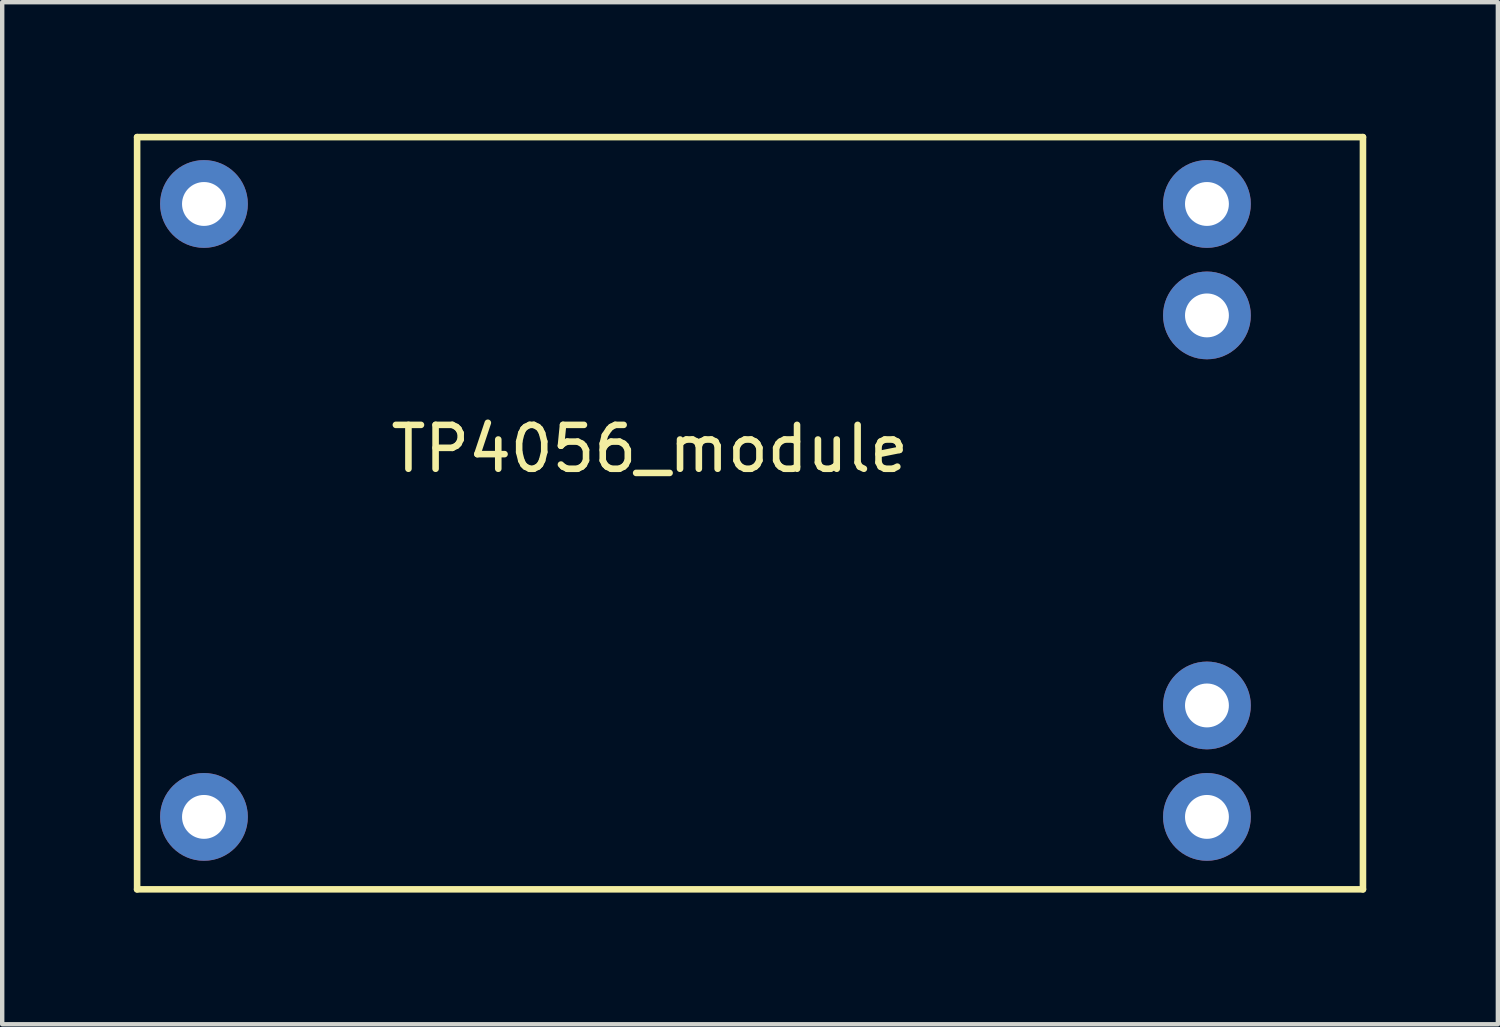
<source format=kicad_pcb>
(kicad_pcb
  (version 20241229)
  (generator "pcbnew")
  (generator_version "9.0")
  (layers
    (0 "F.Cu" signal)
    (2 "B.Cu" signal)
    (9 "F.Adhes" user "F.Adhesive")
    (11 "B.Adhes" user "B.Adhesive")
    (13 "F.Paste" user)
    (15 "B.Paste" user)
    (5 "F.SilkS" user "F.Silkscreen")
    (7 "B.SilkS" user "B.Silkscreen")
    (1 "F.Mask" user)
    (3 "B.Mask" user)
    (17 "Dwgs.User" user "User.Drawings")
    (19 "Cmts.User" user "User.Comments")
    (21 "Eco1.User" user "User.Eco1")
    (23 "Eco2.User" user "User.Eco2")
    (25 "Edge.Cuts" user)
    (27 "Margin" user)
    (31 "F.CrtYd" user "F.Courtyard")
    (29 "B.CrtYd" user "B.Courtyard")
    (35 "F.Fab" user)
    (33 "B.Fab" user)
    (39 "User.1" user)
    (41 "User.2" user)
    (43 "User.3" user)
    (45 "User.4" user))
  (footprint "TP4056_module"
    (layer "F.Cu")
    (at 11.759 6.679)
    (property "Reference" "TP4056_module" (at 0 0.5 0) (layer "F.SilkS") (effects (font (size 1 1) (thickness 0.15))))
    (attr through_hole)
    (fp_line (start -11.684 -6.604) (end 16.256 -6.604) (stroke (width 0.15) (type solid)) (layer "F.SilkS"))
    (fp_line (start -11.684 10.541) (end -11.684 -6.604) (stroke (width 0.15) (type solid)) (layer "F.SilkS"))
    (fp_line (start 16.256 -6.604) (end 16.256 10.541) (stroke (width 0.15) (type solid)) (layer "F.SilkS"))
    (fp_line (start 16.256 10.541) (end -11.684 10.541) (stroke (width 0.15) (type solid)) (layer "F.SilkS"))
    (pad "1" thru_hole circle (at -10.16 -5.08) (size 2 2) (drill 1) (layers "*.Cu" "*.Mask"))
    (pad "2" thru_hole circle (at -10.16 8.89) (size 2 2) (drill 1) (layers "*.Cu" "*.Mask"))
    (pad "3" thru_hole circle (at 12.7 -2.54) (size 2 2) (drill 1) (layers "*.Cu" "*.Mask"))
    (pad "4" thru_hole circle (at 12.7 6.35) (size 2 2) (drill 1) (layers "*.Cu" "*.Mask"))
    (pad "5" thru_hole circle (at 12.7 8.89) (size 2 2) (drill 1) (layers "*.Cu" "*.Mask"))
    (pad "6" thru_hole circle (at 12.7 -5.08) (size 2 2) (drill 1) (layers "*.Cu" "*.Mask")))
  (gr_rect
    (start -3 -3)
    (end 31.09 20.295)
    (stroke (width 0.1) (type default))
    (fill no)
    (layer "Edge.Cuts")))
</source>
